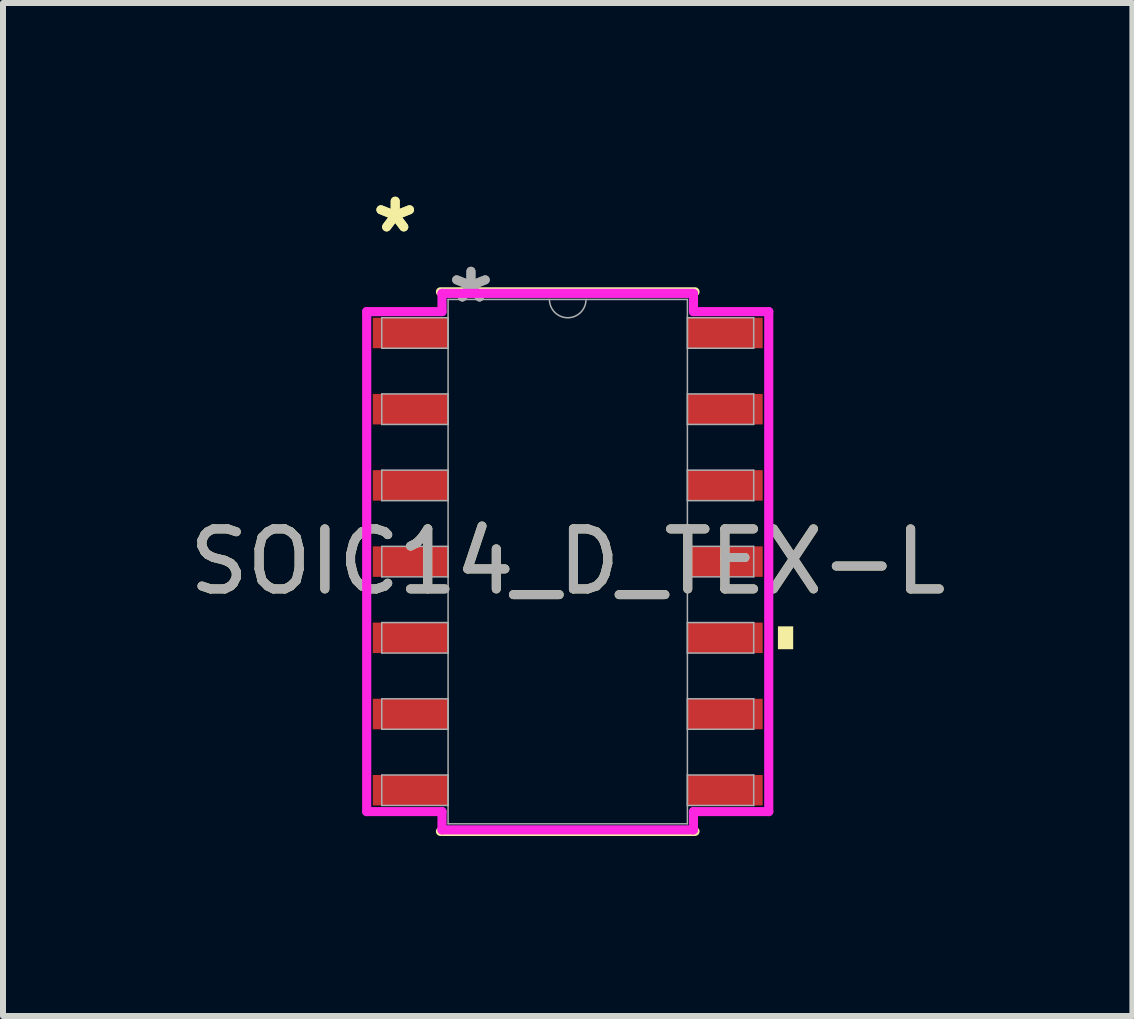
<source format=kicad_pcb>
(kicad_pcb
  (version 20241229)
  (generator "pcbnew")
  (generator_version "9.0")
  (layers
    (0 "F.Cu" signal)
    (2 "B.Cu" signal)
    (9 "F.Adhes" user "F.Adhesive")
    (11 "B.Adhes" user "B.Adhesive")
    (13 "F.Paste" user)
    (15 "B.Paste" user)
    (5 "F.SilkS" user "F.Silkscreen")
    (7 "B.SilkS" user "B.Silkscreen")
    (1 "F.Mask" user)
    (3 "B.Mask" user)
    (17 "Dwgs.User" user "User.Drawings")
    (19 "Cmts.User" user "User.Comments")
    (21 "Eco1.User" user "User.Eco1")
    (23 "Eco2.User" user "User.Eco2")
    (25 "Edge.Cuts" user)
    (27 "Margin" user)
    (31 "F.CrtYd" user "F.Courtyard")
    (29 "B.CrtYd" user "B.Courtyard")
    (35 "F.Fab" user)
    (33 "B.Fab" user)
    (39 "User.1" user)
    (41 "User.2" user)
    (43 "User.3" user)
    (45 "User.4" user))
  (footprint "SOIC14_D_TEX-L"
    (layer "F.Cu")
    (at 6.411 6.309)
    (property "Reference" "SOIC14_D_TEX-L" (at 0 0 0) (unlocked yes) (layer "F.SilkS") (effects (font (size 1 1) (thickness 0.15))))
    (attr smd)
    (fp_line (start -2.121 4.496) (end 2.121 4.496) (stroke (width 0.152) (type solid)) (layer "F.SilkS"))
    (fp_line (start 2.121 -4.496) (end -2.121 -4.496) (stroke (width 0.152) (type solid)) (layer "F.SilkS"))
    (fp_poly (pts (xy 3.757 1.079) (xy 3.757 1.46) (xy 3.503 1.46) (xy 3.503 1.079)) (stroke (width 0) (type solid)) (fill yes) (layer "F.SilkS"))
    (fp_line (start -3.35 -4.166) (end -2.095 -4.166) (stroke (width 0.152) (type solid)) (layer "F.CrtYd"))
    (fp_line (start -3.35 4.166) (end -3.35 -4.166) (stroke (width 0.152) (type solid)) (layer "F.CrtYd"))
    (fp_line (start -3.35 4.166) (end -2.095 4.166) (stroke (width 0.152) (type solid)) (layer "F.CrtYd"))
    (fp_line (start -2.095 -4.47) (end 2.095 -4.47) (stroke (width 0.152) (type solid)) (layer "F.CrtYd"))
    (fp_line (start -2.095 -4.166) (end -2.095 -4.47) (stroke (width 0.152) (type solid)) (layer "F.CrtYd"))
    (fp_line (start -2.095 4.47) (end -2.095 4.166) (stroke (width 0.152) (type solid)) (layer "F.CrtYd"))
    (fp_line (start 2.095 -4.47) (end 2.095 -4.166) (stroke (width 0.152) (type solid)) (layer "F.CrtYd"))
    (fp_line (start 2.095 4.166) (end 2.095 4.47) (stroke (width 0.152) (type solid)) (layer "F.CrtYd"))
    (fp_line (start 2.095 4.47) (end -2.095 4.47) (stroke (width 0.152) (type solid)) (layer "F.CrtYd"))
    (fp_line (start 3.35 -4.166) (end 2.095 -4.166) (stroke (width 0.152) (type solid)) (layer "F.CrtYd"))
    (fp_line (start 3.35 -4.166) (end 3.35 4.166) (stroke (width 0.152) (type solid)) (layer "F.CrtYd"))
    (fp_line (start 3.35 4.166) (end 2.095 4.166) (stroke (width 0.152) (type solid)) (layer "F.CrtYd"))
    (fp_line (start -3.099 -4.064) (end -3.099 -3.556) (stroke (width 0.025) (type solid)) (layer "F.Fab"))
    (fp_line (start -3.099 -3.556) (end -1.994 -3.556) (stroke (width 0.025) (type solid)) (layer "F.Fab"))
    (fp_line (start -3.099 -2.794) (end -3.099 -2.286) (stroke (width 0.025) (type solid)) (layer "F.Fab"))
    (fp_line (start -3.099 -2.286) (end -1.994 -2.286) (stroke (width 0.025) (type solid)) (layer "F.Fab"))
    (fp_line (start -3.099 -1.524) (end -3.099 -1.016) (stroke (width 0.025) (type solid)) (layer "F.Fab"))
    (fp_line (start -3.099 -1.016) (end -1.994 -1.016) (stroke (width 0.025) (type solid)) (layer "F.Fab"))
    (fp_line (start -3.099 -0.254) (end -3.099 0.254) (stroke (width 0.025) (type solid)) (layer "F.Fab"))
    (fp_line (start -3.099 0.254) (end -1.994 0.254) (stroke (width 0.025) (type solid)) (layer "F.Fab"))
    (fp_line (start -3.099 1.016) (end -3.099 1.524) (stroke (width 0.025) (type solid)) (layer "F.Fab"))
    (fp_line (start -3.099 1.524) (end -1.994 1.524) (stroke (width 0.025) (type solid)) (layer "F.Fab"))
    (fp_line (start -3.099 2.286) (end -3.099 2.794) (stroke (width 0.025) (type solid)) (layer "F.Fab"))
    (fp_line (start -3.099 2.794) (end -1.994 2.794) (stroke (width 0.025) (type solid)) (layer "F.Fab"))
    (fp_line (start -3.099 3.556) (end -3.099 4.064) (stroke (width 0.025) (type solid)) (layer "F.Fab"))
    (fp_line (start -3.099 4.064) (end -1.994 4.064) (stroke (width 0.025) (type solid)) (layer "F.Fab"))
    (fp_line (start -1.994 -4.369) (end -1.994 4.369) (stroke (width 0.025) (type solid)) (layer "F.Fab"))
    (fp_line (start -1.994 -4.064) (end -3.099 -4.064) (stroke (width 0.025) (type solid)) (layer "F.Fab"))
    (fp_line (start -1.994 -3.556) (end -1.994 -4.064) (stroke (width 0.025) (type solid)) (layer "F.Fab"))
    (fp_line (start -1.994 -2.794) (end -3.099 -2.794) (stroke (width 0.025) (type solid)) (layer "F.Fab"))
    (fp_line (start -1.994 -2.286) (end -1.994 -2.794) (stroke (width 0.025) (type solid)) (layer "F.Fab"))
    (fp_line (start -1.994 -1.524) (end -3.099 -1.524) (stroke (width 0.025) (type solid)) (layer "F.Fab"))
    (fp_line (start -1.994 -1.016) (end -1.994 -1.524) (stroke (width 0.025) (type solid)) (layer "F.Fab"))
    (fp_line (start -1.994 -0.254) (end -3.099 -0.254) (stroke (width 0.025) (type solid)) (layer "F.Fab"))
    (fp_line (start -1.994 0.254) (end -1.994 -0.254) (stroke (width 0.025) (type solid)) (layer "F.Fab"))
    (fp_line (start -1.994 1.016) (end -3.099 1.016) (stroke (width 0.025) (type solid)) (layer "F.Fab"))
    (fp_line (start -1.994 1.524) (end -1.994 1.016) (stroke (width 0.025) (type solid)) (layer "F.Fab"))
    (fp_line (start -1.994 2.286) (end -3.099 2.286) (stroke (width 0.025) (type solid)) (layer "F.Fab"))
    (fp_line (start -1.994 2.794) (end -1.994 2.286) (stroke (width 0.025) (type solid)) (layer "F.Fab"))
    (fp_line (start -1.994 3.556) (end -3.099 3.556) (stroke (width 0.025) (type solid)) (layer "F.Fab"))
    (fp_line (start -1.994 4.064) (end -1.994 3.556) (stroke (width 0.025) (type solid)) (layer "F.Fab"))
    (fp_line (start -1.994 4.369) (end 1.994 4.369) (stroke (width 0.025) (type solid)) (layer "F.Fab"))
    (fp_line (start 1.994 -4.369) (end -1.994 -4.369) (stroke (width 0.025) (type solid)) (layer "F.Fab"))
    (fp_line (start 1.994 -4.064) (end 1.994 -3.556) (stroke (width 0.025) (type solid)) (layer "F.Fab"))
    (fp_line (start 1.994 -3.556) (end 3.099 -3.556) (stroke (width 0.025) (type solid)) (layer "F.Fab"))
    (fp_line (start 1.994 -2.794) (end 1.994 -2.286) (stroke (width 0.025) (type solid)) (layer "F.Fab"))
    (fp_line (start 1.994 -2.286) (end 3.099 -2.286) (stroke (width 0.025) (type solid)) (layer "F.Fab"))
    (fp_line (start 1.994 -1.524) (end 1.994 -1.016) (stroke (width 0.025) (type solid)) (layer "F.Fab"))
    (fp_line (start 1.994 -1.016) (end 3.099 -1.016) (stroke (width 0.025) (type solid)) (layer "F.Fab"))
    (fp_line (start 1.994 -0.254) (end 1.994 0.254) (stroke (width 0.025) (type solid)) (layer "F.Fab"))
    (fp_line (start 1.994 0.254) (end 3.099 0.254) (stroke (width 0.025) (type solid)) (layer "F.Fab"))
    (fp_line (start 1.994 1.016) (end 1.994 1.524) (stroke (width 0.025) (type solid)) (layer "F.Fab"))
    (fp_line (start 1.994 1.524) (end 3.099 1.524) (stroke (width 0.025) (type solid)) (layer "F.Fab"))
    (fp_line (start 1.994 2.286) (end 1.994 2.794) (stroke (width 0.025) (type solid)) (layer "F.Fab"))
    (fp_line (start 1.994 2.794) (end 3.099 2.794) (stroke (width 0.025) (type solid)) (layer "F.Fab"))
    (fp_line (start 1.994 3.556) (end 1.994 4.064) (stroke (width 0.025) (type solid)) (layer "F.Fab"))
    (fp_line (start 1.994 4.064) (end 3.099 4.064) (stroke (width 0.025) (type solid)) (layer "F.Fab"))
    (fp_line (start 1.994 4.369) (end 1.994 -4.369) (stroke (width 0.025) (type solid)) (layer "F.Fab"))
    (fp_line (start 3.099 -4.064) (end 1.994 -4.064) (stroke (width 0.025) (type solid)) (layer "F.Fab"))
    (fp_line (start 3.099 -3.556) (end 3.099 -4.064) (stroke (width 0.025) (type solid)) (layer "F.Fab"))
    (fp_line (start 3.099 -2.794) (end 1.994 -2.794) (stroke (width 0.025) (type solid)) (layer "F.Fab"))
    (fp_line (start 3.099 -2.286) (end 3.099 -2.794) (stroke (width 0.025) (type solid)) (layer "F.Fab"))
    (fp_line (start 3.099 -1.524) (end 1.994 -1.524) (stroke (width 0.025) (type solid)) (layer "F.Fab"))
    (fp_line (start 3.099 -1.016) (end 3.099 -1.524) (stroke (width 0.025) (type solid)) (layer "F.Fab"))
    (fp_line (start 3.099 -0.254) (end 1.994 -0.254) (stroke (width 0.025) (type solid)) (layer "F.Fab"))
    (fp_line (start 3.099 0.254) (end 3.099 -0.254) (stroke (width 0.025) (type solid)) (layer "F.Fab"))
    (fp_line (start 3.099 1.016) (end 1.994 1.016) (stroke (width 0.025) (type solid)) (layer "F.Fab"))
    (fp_line (start 3.099 1.524) (end 3.099 1.016) (stroke (width 0.025) (type solid)) (layer "F.Fab"))
    (fp_line (start 3.099 2.286) (end 1.994 2.286) (stroke (width 0.025) (type solid)) (layer "F.Fab"))
    (fp_line (start 3.099 2.794) (end 3.099 2.286) (stroke (width 0.025) (type solid)) (layer "F.Fab"))
    (fp_line (start 3.099 3.556) (end 1.994 3.556) (stroke (width 0.025) (type solid)) (layer "F.Fab"))
    (fp_line (start 3.099 4.064) (end 3.099 3.556) (stroke (width 0.025) (type solid)) (layer "F.Fab"))
    (fp_arc (start 0.3048 -4.3688) (mid 0 -4.064) (end -0.3048 -4.3688) (stroke (width 0.0254) (type solid)) (layer "F.Fab"))
    (fp_text user "*" (at -2.875 -5.461 0) (unlocked yes) (layer "F.SilkS") (effects (font (size 1 1) (thickness 0.15))))
    (fp_text user "*" (at -2.875 -5.461 0) (layer "F.SilkS") (effects (font (size 1 1) (thickness 0.15))))
    (fp_text user "*" (at -1.613 -4.293 0) (unlocked yes) (layer "F.Fab") (effects (font (size 1 1) (thickness 0.15))))
    (fp_text user "*" (at -1.613 -4.293 0) (layer "F.Fab") (effects (font (size 1 1) (thickness 0.15))))
    (fp_text user "${REFERENCE}" (at 0 0 0) (unlocked yes) (layer "F.Fab") (effects (font (size 1 1) (thickness 0.15))))
    (pad "1" smd rect (at -2.621 -3.81) (size 1.255 0.508) (layers "F.Cu" "F.Mask" "F.Paste"))
    (pad "2" smd rect (at -2.621 -2.54) (size 1.255 0.508) (layers "F.Cu" "F.Mask" "F.Paste"))
    (pad "3" smd rect (at -2.621 -1.27) (size 1.255 0.508) (layers "F.Cu" "F.Mask" "F.Paste"))
    (pad "4" smd rect (at -2.621 0) (size 1.255 0.508) (layers "F.Cu" "F.Mask" "F.Paste"))
    (pad "5" smd rect (at -2.621 1.27) (size 1.255 0.508) (layers "F.Cu" "F.Mask" "F.Paste"))
    (pad "6" smd rect (at -2.621 2.54) (size 1.255 0.508) (layers "F.Cu" "F.Mask" "F.Paste"))
    (pad "7" smd rect (at -2.621 3.81) (size 1.255 0.508) (layers "F.Cu" "F.Mask" "F.Paste"))
    (pad "8" smd rect (at 2.621 3.81) (size 1.255 0.508) (layers "F.Cu" "F.Mask" "F.Paste"))
    (pad "9" smd rect (at 2.621 2.54) (size 1.255 0.508) (layers "F.Cu" "F.Mask" "F.Paste"))
    (pad "10" smd rect (at 2.621 1.27) (size 1.255 0.508) (layers "F.Cu" "F.Mask" "F.Paste"))
    (pad "11" smd rect (at 2.621 0) (size 1.255 0.508) (layers "F.Cu" "F.Mask" "F.Paste"))
    (pad "12" smd rect (at 2.621 -1.27) (size 1.255 0.508) (layers "F.Cu" "F.Mask" "F.Paste"))
    (pad "13" smd rect (at 2.621 -2.54) (size 1.255 0.508) (layers "F.Cu" "F.Mask" "F.Paste"))
    (pad "14" smd rect (at 2.621 -3.81) (size 1.255 0.508) (layers "F.Cu" "F.Mask" "F.Paste")))
  (gr_rect
    (start -3 -3)
    (end 15.821 13.881)
    (stroke (width 0.1) (type default))
    (fill no)
    (layer "Edge.Cuts")))
</source>
